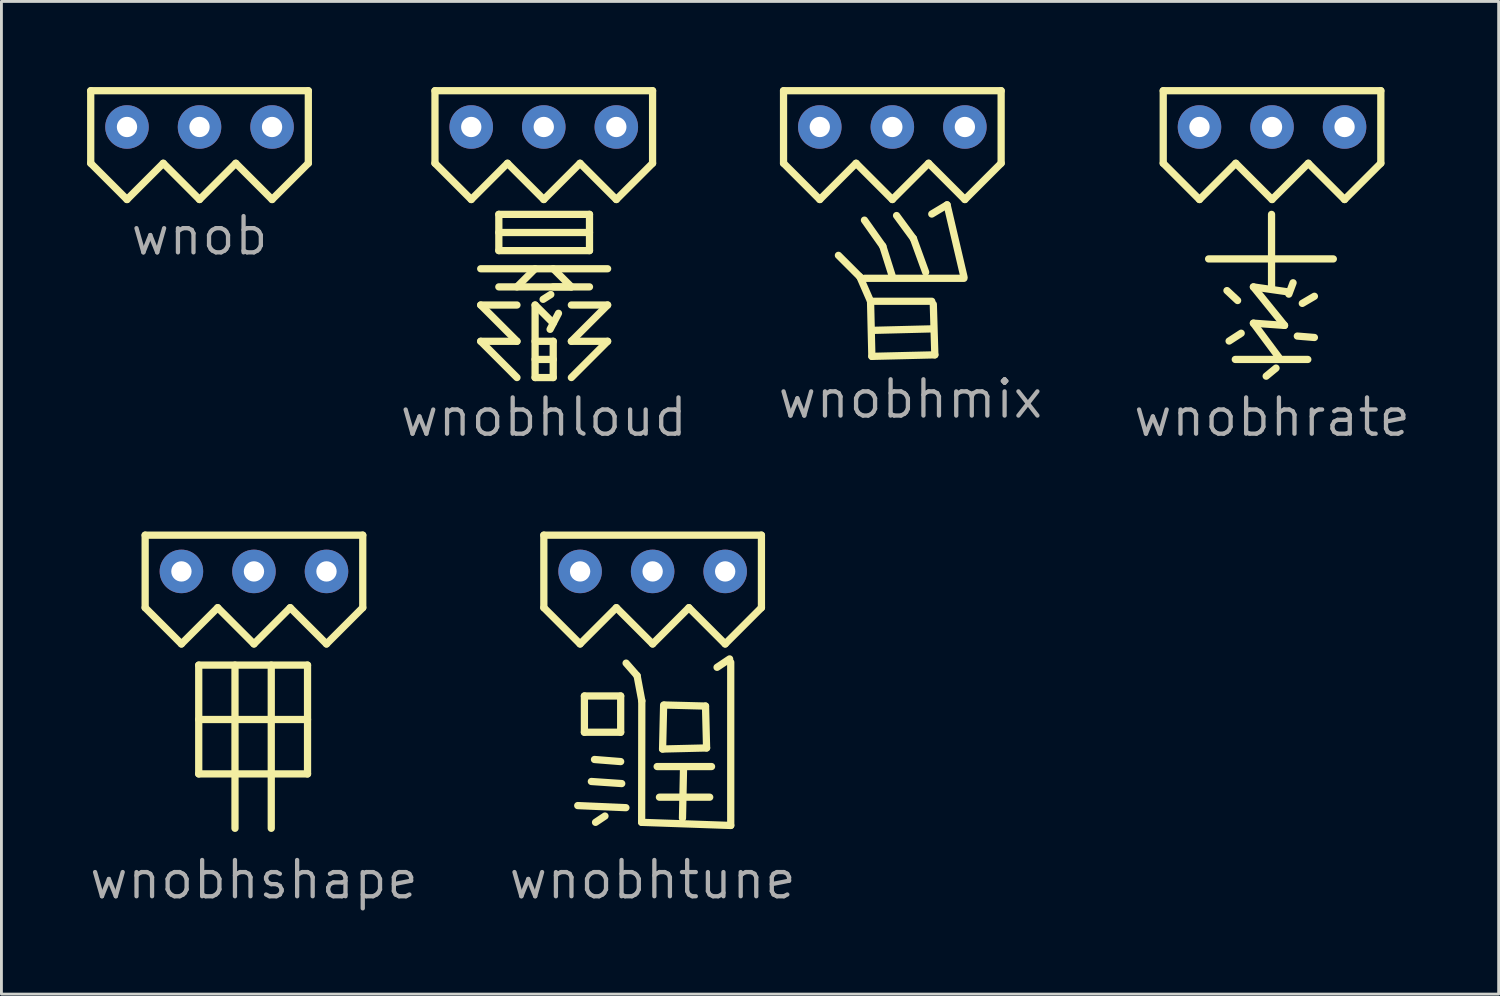
<source format=kicad_pcb>
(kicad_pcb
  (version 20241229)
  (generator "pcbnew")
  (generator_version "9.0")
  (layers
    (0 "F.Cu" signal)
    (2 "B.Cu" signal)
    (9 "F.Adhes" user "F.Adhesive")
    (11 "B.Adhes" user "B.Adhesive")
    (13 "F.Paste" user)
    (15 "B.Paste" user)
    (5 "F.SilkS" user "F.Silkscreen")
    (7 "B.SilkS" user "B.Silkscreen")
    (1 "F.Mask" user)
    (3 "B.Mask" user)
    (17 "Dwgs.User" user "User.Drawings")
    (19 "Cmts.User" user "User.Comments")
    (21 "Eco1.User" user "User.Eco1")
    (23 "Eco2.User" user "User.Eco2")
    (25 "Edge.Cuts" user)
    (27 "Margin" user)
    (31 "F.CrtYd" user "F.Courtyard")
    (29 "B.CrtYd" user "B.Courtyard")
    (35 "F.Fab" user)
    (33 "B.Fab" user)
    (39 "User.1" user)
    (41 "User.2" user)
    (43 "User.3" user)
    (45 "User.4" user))
  (footprint "wnob"
    (layer "F.Cu")
    (at 1.397 1.397)
    (property "Reference" "wnob" (at 2.54 3.81 0) (layer "F.Fab") (effects (font (size 1.27 1.27) (thickness 0.15))))
    (attr through_hole)
    (fp_line (start -1.27 -1.27) (end -1.27 1.27) (stroke (width 0.254) (type default)) (layer "F.SilkS"))
    (fp_line (start -1.27 1.27) (end 0 2.54) (stroke (width 0.254) (type default)) (layer "F.SilkS"))
    (fp_line (start 0 2.54) (end 1.27 1.27) (stroke (width 0.254) (type default)) (layer "F.SilkS"))
    (fp_line (start 1.27 1.27) (end 2.54 2.54) (stroke (width 0.254) (type default)) (layer "F.SilkS"))
    (fp_line (start 2.54 2.54) (end 3.81 1.27) (stroke (width 0.254) (type default)) (layer "F.SilkS"))
    (fp_line (start 3.81 1.27) (end 5.08 2.54) (stroke (width 0.254) (type default)) (layer "F.SilkS"))
    (fp_line (start 5.08 2.54) (end 6.35 1.27) (stroke (width 0.254) (type default)) (layer "F.SilkS"))
    (fp_line (start 6.35 -1.27) (end -1.27 -1.27) (stroke (width 0.254) (type default)) (layer "F.SilkS"))
    (fp_line (start 6.35 1.27) (end 6.35 -1.27) (stroke (width 0.254) (type default)) (layer "F.SilkS"))
    (pad "1" thru_hole circle (at 5.08 0) (size 1.524 1.524) (drill 0.711) (layers "*.Cu" "*.Mask"))
    (pad "2" thru_hole circle (at 2.54 0) (size 1.524 1.524) (drill 0.711) (layers "*.Cu" "*.Mask"))
    (pad "3" thru_hole circle (at 0 0) (size 1.524 1.524) (drill 0.711) (layers "*.Cu" "*.Mask")))
  (footprint "wnobhmix"
    (layer "F.Cu")
    (at 25.658 1.397)
    (property "Reference" "wnobhmix" (at 3.175 9.525 0) (layer "F.Fab") (effects (font (size 1.27 1.27) (thickness 0.15))))
    (attr through_hole)
    (fp_line (start -1.27 -1.27) (end -1.27 1.27) (stroke (width 0.254) (type default)) (layer "F.SilkS"))
    (fp_line (start -1.27 1.27) (end 0 2.54) (stroke (width 0.254) (type default)) (layer "F.SilkS"))
    (fp_line (start 0 2.54) (end 1.27 1.27) (stroke (width 0.254) (type default)) (layer "F.SilkS"))
    (fp_line (start 1.27 1.27) (end 2.54 2.54) (stroke (width 0.254) (type default)) (layer "F.SilkS"))
    (fp_line (start 1.402 5.245) (end 0.652 4.495) (stroke (width 0.254) (type default)) (layer "F.SilkS"))
    (fp_line (start 1.563 5.299) (end 5.047 5.299) (stroke (width 0.254) (type default)) (layer "F.SilkS"))
    (fp_line (start 1.777 6.103) (end 1.402 5.245) (stroke (width 0.254) (type default)) (layer "F.SilkS"))
    (fp_line (start 1.777 6.103) (end 3.921 6.103) (stroke (width 0.254) (type default)) (layer "F.SilkS"))
    (fp_line (start 1.823 8.032) (end 1.777 6.103) (stroke (width 0.254) (type default)) (layer "F.SilkS"))
    (fp_line (start 1.864 7.121) (end 3.975 7.068) (stroke (width 0.254) (type default)) (layer "F.SilkS"))
    (fp_line (start 2.206 4.173) (end 1.563 3.262) (stroke (width 0.254) (type default)) (layer "F.SilkS"))
    (fp_line (start 2.528 5.192) (end 2.206 4.173) (stroke (width 0.254) (type default)) (layer "F.SilkS"))
    (fp_line (start 2.54 2.54) (end 3.81 1.27) (stroke (width 0.254) (type default)) (layer "F.SilkS"))
    (fp_line (start 3.278 3.905) (end 2.688 3.101) (stroke (width 0.254) (type default)) (layer "F.SilkS"))
    (fp_line (start 3.707 5.085) (end 3.278 3.905) (stroke (width 0.254) (type default)) (layer "F.SilkS"))
    (fp_line (start 3.81 1.27) (end 5.08 2.54) (stroke (width 0.254) (type default)) (layer "F.SilkS"))
    (fp_line (start 3.975 6.21) (end 4.028 7.979) (stroke (width 0.254) (type default)) (layer "F.SilkS"))
    (fp_line (start 4.028 7.979) (end 1.823 8.032) (stroke (width 0.254) (type default)) (layer "F.SilkS"))
    (fp_line (start 4.457 2.726) (end 3.921 3.048) (stroke (width 0.254) (type default)) (layer "F.SilkS"))
    (fp_line (start 5.047 5.245) (end 4.457 2.726) (stroke (width 0.254) (type default)) (layer "F.SilkS"))
    (fp_line (start 5.08 2.54) (end 6.35 1.27) (stroke (width 0.254) (type default)) (layer "F.SilkS"))
    (fp_line (start 6.35 -1.27) (end -1.27 -1.27) (stroke (width 0.254) (type default)) (layer "F.SilkS"))
    (fp_line (start 6.35 1.27) (end 6.35 -1.27) (stroke (width 0.254) (type default)) (layer "F.SilkS"))
    (pad "1" thru_hole circle (at 5.08 0) (size 1.524 1.524) (drill 0.711) (layers "*.Cu" "*.Mask"))
    (pad "2" thru_hole circle (at 2.54 0) (size 1.524 1.524) (drill 0.711) (layers "*.Cu" "*.Mask"))
    (pad "3" thru_hole circle (at 0 0) (size 1.524 1.524) (drill 0.711) (layers "*.Cu" "*.Mask")))
  (footprint "wnobhtune"
    (layer "F.Cu")
    (at 17.264 16.96)
    (property "Reference" "wnobhtune" (at 2.54 10.795 0) (layer "F.Fab") (effects (font (size 1.27 1.27) (thickness 0.15))))
    (attr through_hole)
    (fp_line (start -1.27 -1.27) (end -1.27 1.27) (stroke (width 0.254) (type default)) (layer "F.SilkS"))
    (fp_line (start -1.27 1.27) (end 0 2.54) (stroke (width 0.254) (type default)) (layer "F.SilkS"))
    (fp_line (start -0.083 8.2) (end 1.604 8.273) (stroke (width 0.254) (type default)) (layer "F.SilkS"))
    (fp_line (start 0 2.54) (end 1.27 1.27) (stroke (width 0.254) (type default)) (layer "F.SilkS"))
    (fp_line (start 0.151 4.362) (end 0.151 5.632) (stroke (width 0.254) (type default)) (layer "F.SilkS"))
    (fp_line (start 0.151 5.632) (end 1.421 5.632) (stroke (width 0.254) (type default)) (layer "F.SilkS"))
    (fp_line (start 0.394 7.356) (end 1.458 7.429) (stroke (width 0.254) (type default)) (layer "F.SilkS"))
    (fp_line (start 0.504 6.586) (end 1.421 6.659) (stroke (width 0.254) (type default)) (layer "F.SilkS"))
    (fp_line (start 0.541 8.787) (end 0.871 8.566) (stroke (width 0.254) (type default)) (layer "F.SilkS"))
    (fp_line (start 1.27 1.27) (end 2.54 2.54) (stroke (width 0.254) (type default)) (layer "F.SilkS"))
    (fp_line (start 1.421 4.362) (end 0.151 4.362) (stroke (width 0.254) (type default)) (layer "F.SilkS"))
    (fp_line (start 1.421 5.632) (end 1.421 4.362) (stroke (width 0.254) (type default)) (layer "F.SilkS"))
    (fp_line (start 1.996 3.651) (end 1.611 3.211) (stroke (width 0.254) (type default)) (layer "F.SilkS"))
    (fp_line (start 2.155 8.787) (end 2.161 4.531) (stroke (width 0.254) (type default)) (layer "F.SilkS"))
    (fp_line (start 2.161 4.531) (end 1.996 3.651) (stroke (width 0.254) (type default)) (layer "F.SilkS"))
    (fp_line (start 2.54 2.54) (end 3.81 1.27) (stroke (width 0.254) (type default)) (layer "F.SilkS"))
    (fp_line (start 2.698 6.833) (end 4.603 6.833) (stroke (width 0.254) (type default)) (layer "F.SilkS"))
    (fp_line (start 2.778 7.906) (end 4.539 7.906) (stroke (width 0.254) (type default)) (layer "F.SilkS"))
    (fp_line (start 2.888 6.219) (end 2.925 4.678) (stroke (width 0.254) (type default)) (layer "F.SilkS"))
    (fp_line (start 2.962 4.678) (end 4.392 4.715) (stroke (width 0.254) (type default)) (layer "F.SilkS"))
    (fp_line (start 3.585 8.64) (end 3.622 6.893) (stroke (width 0.254) (type default)) (layer "F.SilkS"))
    (fp_line (start 3.81 1.27) (end 5.08 2.54) (stroke (width 0.254) (type default)) (layer "F.SilkS"))
    (fp_line (start 4.392 4.715) (end 4.429 6.182) (stroke (width 0.254) (type default)) (layer "F.SilkS"))
    (fp_line (start 4.429 6.182) (end 2.888 6.219) (stroke (width 0.254) (type default)) (layer "F.SilkS"))
    (fp_line (start 4.796 3.358) (end 5.236 3.064) (stroke (width 0.254) (type default)) (layer "F.SilkS"))
    (fp_line (start 5.08 2.54) (end 6.35 1.27) (stroke (width 0.254) (type default)) (layer "F.SilkS"))
    (fp_line (start 5.275 3.181) (end 5.275 8.896) (stroke (width 0.254) (type default)) (layer "F.SilkS"))
    (fp_line (start 5.275 8.896) (end 2.155 8.787) (stroke (width 0.254) (type default)) (layer "F.SilkS"))
    (fp_line (start 6.35 -1.27) (end -1.27 -1.27) (stroke (width 0.254) (type default)) (layer "F.SilkS"))
    (fp_line (start 6.35 1.27) (end 6.35 -1.27) (stroke (width 0.254) (type default)) (layer "F.SilkS"))
    (pad "1" thru_hole circle (at 5.08 0) (size 1.524 1.524) (drill 0.711) (layers "*.Cu" "*.Mask"))
    (pad "2" thru_hole circle (at 2.54 0) (size 1.524 1.524) (drill 0.711) (layers "*.Cu" "*.Mask"))
    (pad "3" thru_hole circle (at 0 0) (size 1.524 1.524) (drill 0.711) (layers "*.Cu" "*.Mask")))
  (footprint "wnobhrate"
    (layer "F.Cu")
    (at 38.954 1.397)
    (property "Reference" "wnobhrate" (at 2.54 10.16 0) (layer "F.Fab") (effects (font (size 1.27 1.27) (thickness 0.15))))
    (attr through_hole)
    (fp_line (start -1.27 -1.27) (end -1.27 1.27) (stroke (width 0.254) (type default)) (layer "F.SilkS"))
    (fp_line (start -1.27 1.27) (end 0 2.54) (stroke (width 0.254) (type default)) (layer "F.SilkS"))
    (fp_line (start 0 2.54) (end 1.27 1.27) (stroke (width 0.254) (type default)) (layer "F.SilkS"))
    (fp_line (start 0.319 4.62) (end 4.687 4.62) (stroke (width 0.254) (type default)) (layer "F.SilkS"))
    (fp_line (start 1.253 8.14) (end 3.793 8.14) (stroke (width 0.254) (type default)) (layer "F.SilkS"))
    (fp_line (start 1.27 1.27) (end 2.54 2.54) (stroke (width 0.254) (type default)) (layer "F.SilkS"))
    (fp_line (start 1.335 6.077) (end 0.962 5.729) (stroke (width 0.254) (type default)) (layer "F.SilkS"))
    (fp_line (start 1.46 7.222) (end 1.037 7.496) (stroke (width 0.254) (type default)) (layer "F.SilkS"))
    (fp_line (start 1.888 5.6) (end 3.128 5.778) (stroke (width 0.254) (type default)) (layer "F.SilkS"))
    (fp_line (start 1.888 6.87) (end 2.978 6.948) (stroke (width 0.254) (type default)) (layer "F.SilkS"))
    (fp_line (start 2.335 8.726) (end 2.68 8.442) (stroke (width 0.254) (type default)) (layer "F.SilkS"))
    (fp_line (start 2.523 5.6) (end 2.523 3.06) (stroke (width 0.254) (type default)) (layer "F.SilkS"))
    (fp_line (start 2.54 2.54) (end 3.81 1.27) (stroke (width 0.254) (type default)) (layer "F.SilkS"))
    (fp_line (start 2.779 8.068) (end 1.888 6.87) (stroke (width 0.254) (type default)) (layer "F.SilkS"))
    (fp_line (start 2.978 6.948) (end 1.888 5.6) (stroke (width 0.254) (type default)) (layer "F.SilkS"))
    (fp_line (start 3.128 5.853) (end 3.277 5.455) (stroke (width 0.254) (type default)) (layer "F.SilkS"))
    (fp_line (start 3.426 7.322) (end 4.024 7.371) (stroke (width 0.254) (type default)) (layer "F.SilkS"))
    (fp_line (start 3.6 6.177) (end 4.024 5.928) (stroke (width 0.254) (type default)) (layer "F.SilkS"))
    (fp_line (start 3.81 1.27) (end 5.08 2.54) (stroke (width 0.254) (type default)) (layer "F.SilkS"))
    (fp_line (start 5.08 2.54) (end 6.35 1.27) (stroke (width 0.254) (type default)) (layer "F.SilkS"))
    (fp_line (start 6.35 -1.27) (end -1.27 -1.27) (stroke (width 0.254) (type default)) (layer "F.SilkS"))
    (fp_line (start 6.35 1.27) (end 6.35 -1.27) (stroke (width 0.254) (type default)) (layer "F.SilkS"))
    (pad "1" thru_hole circle (at 5.08 0) (size 1.524 1.524) (drill 0.711) (layers "*.Cu" "*.Mask"))
    (pad "2" thru_hole circle (at 2.54 0) (size 1.524 1.524) (drill 0.711) (layers "*.Cu" "*.Mask"))
    (pad "3" thru_hole circle (at 0 0) (size 1.524 1.524) (drill 0.711) (layers "*.Cu" "*.Mask")))
  (footprint "wnobhloud"
    (layer "F.Cu")
    (at 13.452 1.397)
    (property "Reference" "wnobhloud" (at 2.54 10.16 0) (layer "F.Fab") (effects (font (size 1.27 1.27) (thickness 0.15))))
    (attr through_hole)
    (fp_line (start -1.27 -1.27) (end -1.27 1.27) (stroke (width 0.254) (type default)) (layer "F.SilkS"))
    (fp_line (start -1.27 1.27) (end 0 2.54) (stroke (width 0.254) (type default)) (layer "F.SilkS"))
    (fp_line (start 0 2.54) (end 1.27 1.27) (stroke (width 0.254) (type default)) (layer "F.SilkS"))
    (fp_line (start 0.331 4.964) (end 4.776 4.964) (stroke (width 0.254) (type default)) (layer "F.SilkS"))
    (fp_line (start 0.331 6.234) (end 1.601 7.504) (stroke (width 0.254) (type default)) (layer "F.SilkS"))
    (fp_line (start 0.331 7.504) (end 1.601 8.774) (stroke (width 0.254) (type default)) (layer "F.SilkS"))
    (fp_line (start 0.966 3.059) (end 4.141 3.059) (stroke (width 0.254) (type default)) (layer "F.SilkS"))
    (fp_line (start 0.966 3.694) (end 4.141 3.694) (stroke (width 0.254) (type default)) (layer "F.SilkS"))
    (fp_line (start 0.966 4.329) (end 0.966 3.059) (stroke (width 0.254) (type default)) (layer "F.SilkS"))
    (fp_line (start 0.966 5.599) (end 4.141 5.599) (stroke (width 0.254) (type default)) (layer "F.SilkS"))
    (fp_line (start 1.27 1.27) (end 2.54 2.54) (stroke (width 0.254) (type default)) (layer "F.SilkS"))
    (fp_line (start 1.601 5.599) (end 2.236 4.964) (stroke (width 0.254) (type default)) (layer "F.SilkS"))
    (fp_line (start 1.601 6.234) (end 0.331 6.234) (stroke (width 0.254) (type default)) (layer "F.SilkS"))
    (fp_line (start 1.601 7.504) (end 0.331 7.504) (stroke (width 0.254) (type default)) (layer "F.SilkS"))
    (fp_line (start 2.236 6.234) (end 2.236 8.774) (stroke (width 0.254) (type default)) (layer "F.SilkS"))
    (fp_line (start 2.236 8.139) (end 2.871 8.139) (stroke (width 0.254) (type default)) (layer "F.SilkS"))
    (fp_line (start 2.236 8.774) (end 2.871 8.774) (stroke (width 0.254) (type default)) (layer "F.SilkS"))
    (fp_line (start 2.517 6.035) (end 2.786 5.864) (stroke (width 0.254) (type default)) (layer "F.SilkS"))
    (fp_line (start 2.54 2.54) (end 3.81 1.27) (stroke (width 0.254) (type default)) (layer "F.SilkS"))
    (fp_line (start 2.761 7.086) (end 3.055 6.524) (stroke (width 0.254) (type default)) (layer "F.SilkS"))
    (fp_line (start 2.871 5.599) (end 3.506 5.599) (stroke (width 0.254) (type default)) (layer "F.SilkS"))
    (fp_line (start 2.871 6.869) (end 2.236 6.234) (stroke (width 0.254) (type default)) (layer "F.SilkS"))
    (fp_line (start 2.871 7.504) (end 2.236 7.504) (stroke (width 0.254) (type default)) (layer "F.SilkS"))
    (fp_line (start 2.871 8.774) (end 2.871 7.504) (stroke (width 0.254) (type default)) (layer "F.SilkS"))
    (fp_line (start 3.506 5.599) (end 2.871 4.964) (stroke (width 0.254) (type default)) (layer "F.SilkS"))
    (fp_line (start 3.506 7.504) (end 4.776 6.234) (stroke (width 0.254) (type default)) (layer "F.SilkS"))
    (fp_line (start 3.506 8.774) (end 4.776 7.504) (stroke (width 0.254) (type default)) (layer "F.SilkS"))
    (fp_line (start 3.81 1.27) (end 5.08 2.54) (stroke (width 0.254) (type default)) (layer "F.SilkS"))
    (fp_line (start 4.141 3.059) (end 4.141 4.329) (stroke (width 0.254) (type default)) (layer "F.SilkS"))
    (fp_line (start 4.141 4.329) (end 0.966 4.329) (stroke (width 0.254) (type default)) (layer "F.SilkS"))
    (fp_line (start 4.776 6.234) (end 3.506 6.234) (stroke (width 0.254) (type default)) (layer "F.SilkS"))
    (fp_line (start 4.776 7.504) (end 3.506 7.504) (stroke (width 0.254) (type default)) (layer "F.SilkS"))
    (fp_line (start 5.08 2.54) (end 6.35 1.27) (stroke (width 0.254) (type default)) (layer "F.SilkS"))
    (fp_line (start 6.35 -1.27) (end -1.27 -1.27) (stroke (width 0.254) (type default)) (layer "F.SilkS"))
    (fp_line (start 6.35 1.27) (end 6.35 -1.27) (stroke (width 0.254) (type default)) (layer "F.SilkS"))
    (pad "1" thru_hole circle (at 5.08 0) (size 1.524 1.524) (drill 0.711) (layers "*.Cu" "*.Mask"))
    (pad "2" thru_hole circle (at 2.54 0) (size 1.524 1.524) (drill 0.711) (layers "*.Cu" "*.Mask"))
    (pad "3" thru_hole circle (at 0 0) (size 1.524 1.524) (drill 0.711) (layers "*.Cu" "*.Mask")))
  (footprint "wnobhshape"
    (layer "F.Cu")
    (at 3.303 16.96)
    (property "Reference" "wnobhshape" (at 2.54 10.795 0) (layer "F.Fab") (effects (font (size 1.27 1.27) (thickness 0.15))))
    (attr through_hole)
    (fp_line (start -1.27 -1.27) (end -1.27 1.27) (stroke (width 0.254) (type default)) (layer "F.SilkS"))
    (fp_line (start -1.27 1.27) (end 0 2.54) (stroke (width 0.254) (type default)) (layer "F.SilkS"))
    (fp_line (start 0 2.54) (end 1.27 1.27) (stroke (width 0.254) (type default)) (layer "F.SilkS"))
    (fp_line (start 0.606 3.281) (end 4.416 3.281) (stroke (width 0.254) (type default)) (layer "F.SilkS"))
    (fp_line (start 0.606 5.186) (end 4.416 5.186) (stroke (width 0.254) (type default)) (layer "F.SilkS"))
    (fp_line (start 0.606 7.091) (end 0.606 3.281) (stroke (width 0.254) (type default)) (layer "F.SilkS"))
    (fp_line (start 1.27 1.27) (end 2.54 2.54) (stroke (width 0.254) (type default)) (layer "F.SilkS"))
    (fp_line (start 1.876 8.996) (end 1.876 3.281) (stroke (width 0.254) (type default)) (layer "F.SilkS"))
    (fp_line (start 2.54 2.54) (end 3.81 1.27) (stroke (width 0.254) (type default)) (layer "F.SilkS"))
    (fp_line (start 3.146 8.996) (end 3.146 3.281) (stroke (width 0.254) (type default)) (layer "F.SilkS"))
    (fp_line (start 3.81 1.27) (end 5.08 2.54) (stroke (width 0.254) (type default)) (layer "F.SilkS"))
    (fp_line (start 4.416 3.281) (end 4.416 7.091) (stroke (width 0.254) (type default)) (layer "F.SilkS"))
    (fp_line (start 4.416 7.091) (end 0.606 7.091) (stroke (width 0.254) (type default)) (layer "F.SilkS"))
    (fp_line (start 5.08 2.54) (end 6.35 1.27) (stroke (width 0.254) (type default)) (layer "F.SilkS"))
    (fp_line (start 6.35 -1.27) (end -1.27 -1.27) (stroke (width 0.254) (type default)) (layer "F.SilkS"))
    (fp_line (start 6.35 1.27) (end 6.35 -1.27) (stroke (width 0.254) (type default)) (layer "F.SilkS"))
    (pad "1" thru_hole circle (at 5.08 0) (size 1.524 1.524) (drill 0.711) (layers "*.Cu" "*.Mask"))
    (pad "2" thru_hole circle (at 2.54 0) (size 1.524 1.524) (drill 0.711) (layers "*.Cu" "*.Mask"))
    (pad "3" thru_hole circle (at 0 0) (size 1.524 1.524) (drill 0.711) (layers "*.Cu" "*.Mask")))
  (gr_rect
    (start -3 -3)
    (end 49.43 31.761)
    (stroke (width 0.1) (type default))
    (fill no)
    (layer "Edge.Cuts")))
</source>
